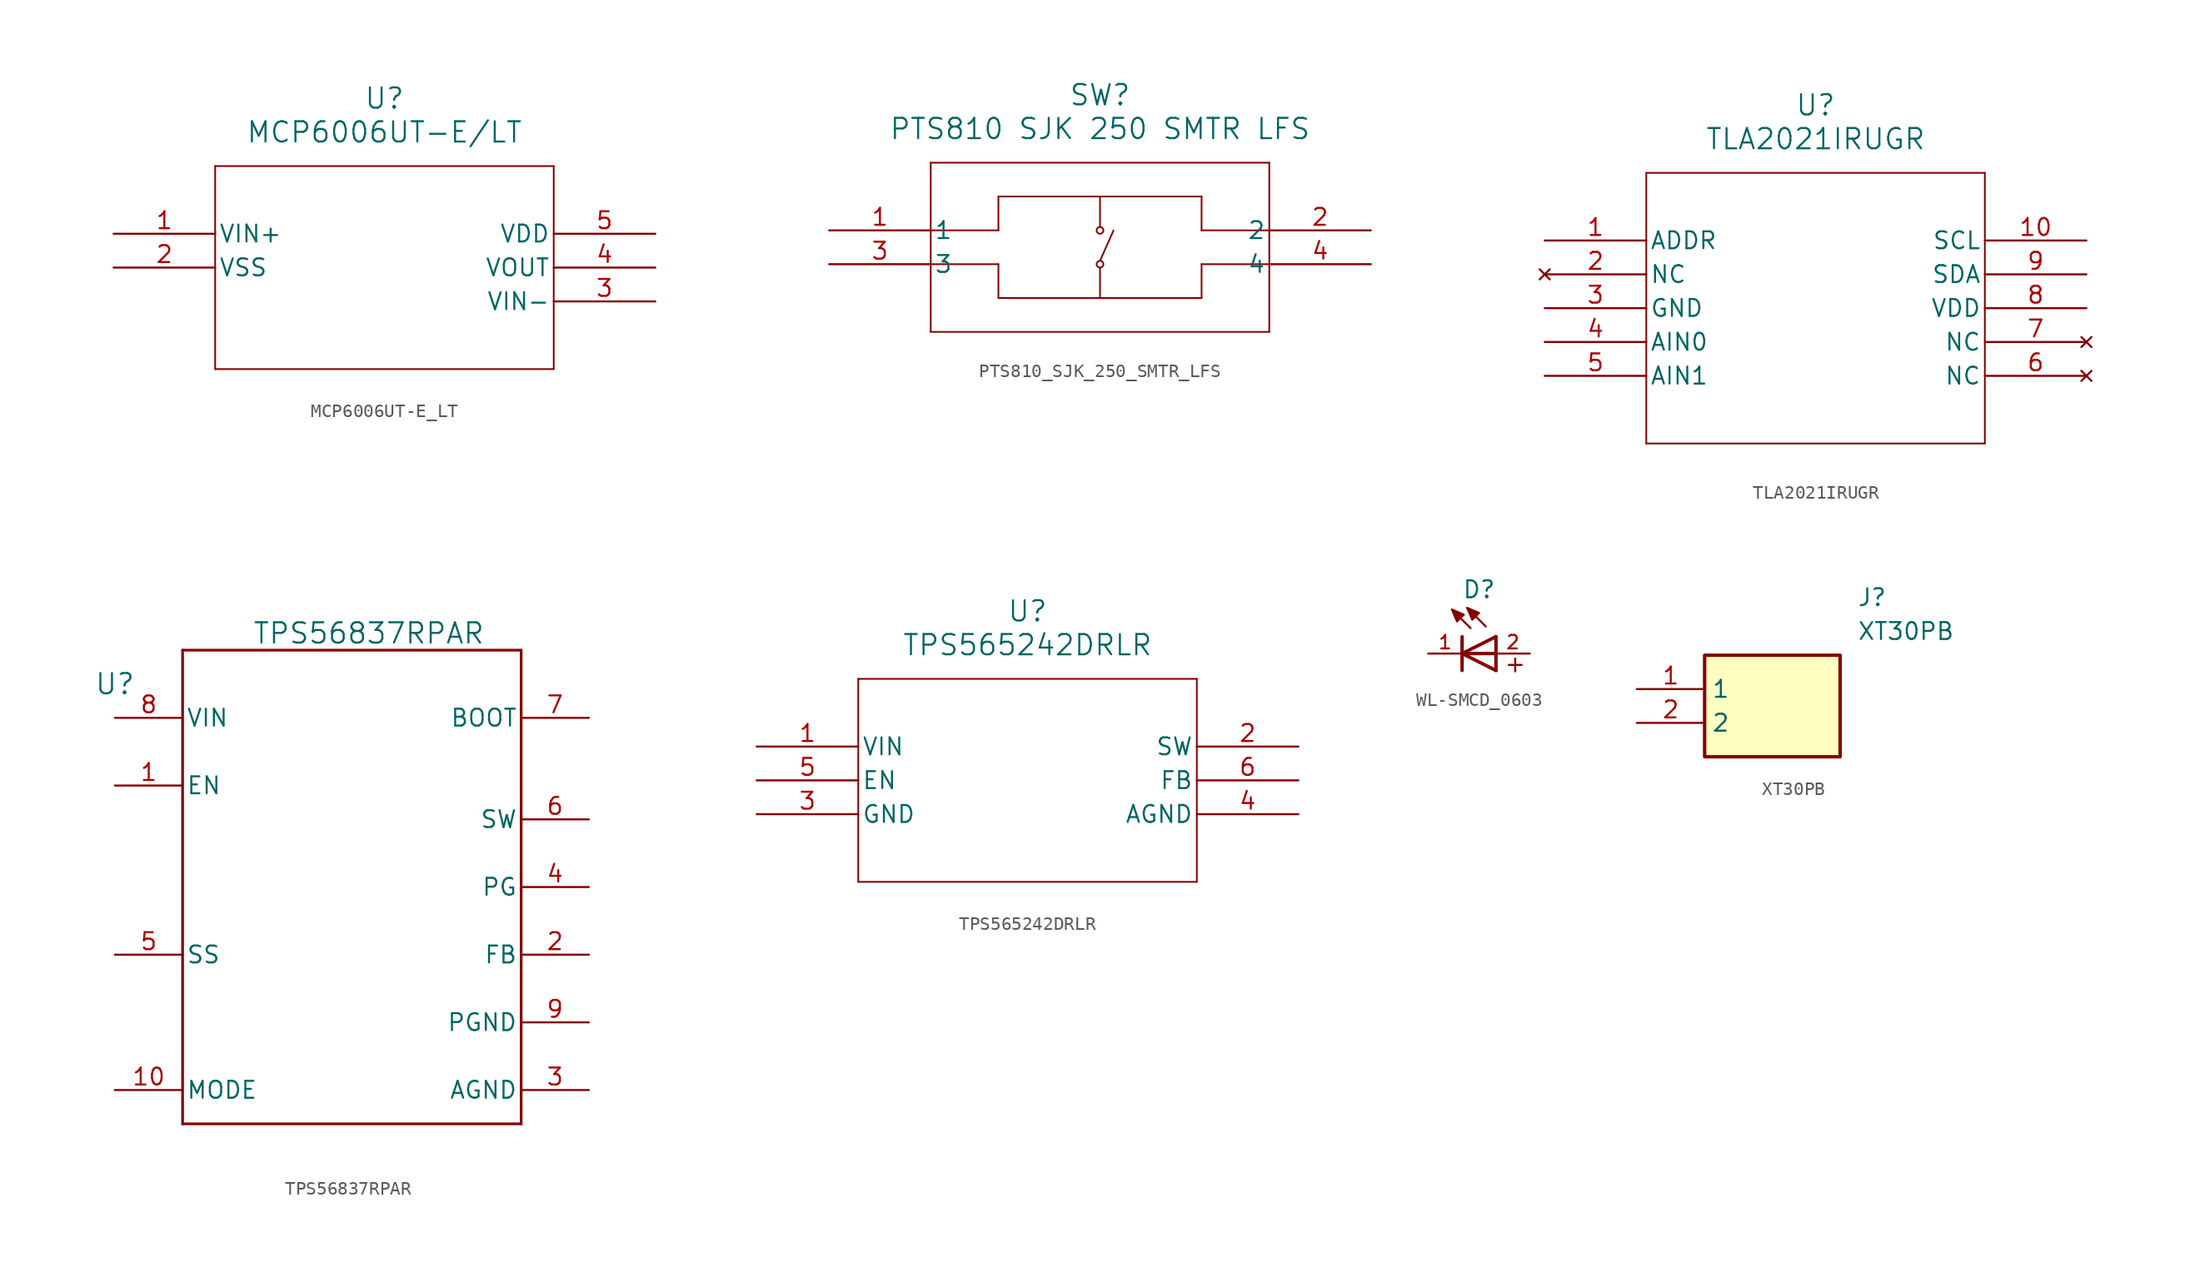
<source format=kicad_sym>
(kicad_symbol_lib
  (version 20220914)
  (generator kicad_symbol_editor)
  (symbol "MCP6006UT-E_LT"
    (pin_names
      (offset 0.254))
    (property "Reference" "U"
      (at 20.32 10.16 0)
      (effects (font (size 1.524 1.524))))
    (property "Value" "MCP6006UT-E/LT"
      (at 20.32 7.62 0)
      (effects (font (size 1.524 1.524))))
    (property "ki_locked" ""
      (at 0 0 0)
      (effects (font (size 1.27 1.27))))
    (symbol "MCP6006UT-E_LT_0_1"
      (polyline (pts (xy 7.62 -10.16) (xy 33.02 -10.16)) (stroke (width 0.127) (type default)) (fill (type none)))
      (polyline (pts (xy 7.62 5.08) (xy 7.62 -10.16)) (stroke (width 0.127) (type default)) (fill (type none)))
      (polyline (pts (xy 33.02 -10.16) (xy 33.02 5.08)) (stroke (width 0.127) (type default)) (fill (type none)))
      (polyline (pts (xy 33.02 5.08) (xy 7.62 5.08)) (stroke (width 0.127) (type default)) (fill (type none)))
      (pin input line (at 0 0 0) (length 7.62) (name "VIN+" (effects (font (size 1.27 1.27)))) (number "1" (effects (font (size 1.27 1.27)))))
      (pin power_out line (at 0 -2.54 0) (length 7.62) (name "VSS" (effects (font (size 1.27 1.27)))) (number "2" (effects (font (size 1.27 1.27)))))
      (pin input line (at 40.64 -5.08 180) (length 7.62) (name "VIN-" (effects (font (size 1.27 1.27)))) (number "3" (effects (font (size 1.27 1.27)))))
      (pin output line (at 40.64 -2.54 180) (length 7.62) (name "VOUT" (effects (font (size 1.27 1.27)))) (number "4" (effects (font (size 1.27 1.27)))))
      (pin power_in line (at 40.64 0 180) (length 7.62) (name "VDD" (effects (font (size 1.27 1.27)))) (number "5" (effects (font (size 1.27 1.27)))))))
  (symbol "PTS810_SJK_250_SMTR_LFS"
    (pin_names
      (offset 0.254))
    (property "Reference" "SW"
      (at 20.32 10.16 0)
      (effects (font (size 1.524 1.524))))
    (property "Value" "PTS810 SJK 250 SMTR LFS"
      (at 20.32 7.62 0)
      (effects (font (size 1.524 1.524))))
    (property "ki_locked" ""
      (at 0 0 0)
      (effects (font (size 1.27 1.27))))
    (symbol "PTS810_SJK_250_SMTR_LFS_0_1"
      (polyline (pts (xy 7.62 -7.62) (xy 33.02 -7.62)) (stroke (width 0.127) (type default)) (fill (type none)))
      (polyline (pts (xy 7.62 0) (xy 12.7 0)) (stroke (width 0.127) (type default)) (fill (type none)))
      (polyline (pts (xy 7.62 5.08) (xy 7.62 -7.62)) (stroke (width 0.127) (type default)) (fill (type none)))
      (polyline (pts (xy 12.7 -5.08) (xy 12.7 -2.54)) (stroke (width 0.127) (type default)) (fill (type none)))
      (polyline (pts (xy 12.7 -2.54) (xy 7.62 -2.54)) (stroke (width 0.127) (type default)) (fill (type none)))
      (polyline (pts (xy 12.7 0) (xy 12.7 2.54)) (stroke (width 0.127) (type default)) (fill (type none)))
      (polyline (pts (xy 12.7 2.54) (xy 27.94 2.54)) (stroke (width 0.127) (type default)) (fill (type none)))
      (polyline (pts (xy 20.32 -2.794) (xy 20.32 -5.08)) (stroke (width 0.127) (type default)) (fill (type none)))
      (polyline (pts (xy 20.32 2.54) (xy 20.32 0.254)) (stroke (width 0.127) (type default)) (fill (type none)))
      (polyline (pts (xy 21.336 0) (xy 20.32 -2.286)) (stroke (width 0.127) (type default)) (fill (type none)))
      (polyline (pts (xy 27.94 -5.08) (xy 12.7 -5.08)) (stroke (width 0.127) (type default)) (fill (type none)))
      (polyline (pts (xy 27.94 -2.54) (xy 27.94 -5.08)) (stroke (width 0.127) (type default)) (fill (type none)))
      (polyline (pts (xy 27.94 0) (xy 33.02 0)) (stroke (width 0.127) (type default)) (fill (type none)))
      (polyline (pts (xy 27.94 2.54) (xy 27.94 0)) (stroke (width 0.127) (type default)) (fill (type none)))
      (polyline (pts (xy 33.02 -7.62) (xy 33.02 5.08)) (stroke (width 0.127) (type default)) (fill (type none)))
      (polyline (pts (xy 33.02 -2.54) (xy 27.94 -2.54)) (stroke (width 0.127) (type default)) (fill (type none)))
      (polyline (pts (xy 33.02 5.08) (xy 7.62 5.08)) (stroke (width 0.127) (type default)) (fill (type none)))
      (circle (center 20.32 -2.54) (radius 0.254) (stroke (width 0.127) (type default)) (fill (type none)))
      (circle (center 20.32 0) (radius 0.254) (stroke (width 0.127) (type default)) (fill (type none)))
      (pin unspecified line (at 0 0 0) (length 7.62) (name "1" (effects (font (size 1.27 1.27)))) (number "1" (effects (font (size 1.27 1.27)))))
      (pin unspecified line (at 40.64 0 180) (length 7.62) (name "2" (effects (font (size 1.27 1.27)))) (number "2" (effects (font (size 1.27 1.27)))))
      (pin unspecified line (at 0 -2.54 0) (length 7.62) (name "3" (effects (font (size 1.27 1.27)))) (number "3" (effects (font (size 1.27 1.27)))))
      (pin unspecified line (at 40.64 -2.54 180) (length 7.62) (name "4" (effects (font (size 1.27 1.27)))) (number "4" (effects (font (size 1.27 1.27)))))))
  (symbol "TLA2021IRUGR"
    (pin_names
      (offset 0.254))
    (property "Reference" "U"
      (at 20.32 10.16 0)
      (effects (font (size 1.524 1.524))))
    (property "Value" "TLA2021IRUGR"
      (at 20.32 7.62 0)
      (effects (font (size 1.524 1.524))))
    (property "ki_locked" ""
      (at 0 0 0)
      (effects (font (size 1.27 1.27))))
    (symbol "TLA2021IRUGR_0_1"
      (polyline (pts (xy 7.62 -15.24) (xy 33.02 -15.24)) (stroke (width 0.127) (type default)) (fill (type none)))
      (polyline (pts (xy 7.62 5.08) (xy 7.62 -15.24)) (stroke (width 0.127) (type default)) (fill (type none)))
      (polyline (pts (xy 33.02 -15.24) (xy 33.02 5.08)) (stroke (width 0.127) (type default)) (fill (type none)))
      (polyline (pts (xy 33.02 5.08) (xy 7.62 5.08)) (stroke (width 0.127) (type default)) (fill (type none)))
      (pin unspecified line (at 0 0 0) (length 7.62) (name "ADDR" (effects (font (size 1.27 1.27)))) (number "1" (effects (font (size 1.27 1.27)))))
      (pin unspecified line (at 40.64 0 180) (length 7.62) (name "SCL" (effects (font (size 1.27 1.27)))) (number "10" (effects (font (size 1.27 1.27)))))
      (pin no_connect line (at 0 -2.54 0) (length 7.62) (name "NC" (effects (font (size 1.27 1.27)))) (number "2" (effects (font (size 1.27 1.27)))))
      (pin power_out line (at 0 -5.08 0) (length 7.62) (name "GND" (effects (font (size 1.27 1.27)))) (number "3" (effects (font (size 1.27 1.27)))))
      (pin bidirectional line (at 0 -7.62 0) (length 7.62) (name "AIN0" (effects (font (size 1.27 1.27)))) (number "4" (effects (font (size 1.27 1.27)))))
      (pin input line (at 0 -10.16 0) (length 7.62) (name "AIN1" (effects (font (size 1.27 1.27)))) (number "5" (effects (font (size 1.27 1.27)))))
      (pin no_connect line (at 40.64 -10.16 180) (length 7.62) (name "NC" (effects (font (size 1.27 1.27)))) (number "6" (effects (font (size 1.27 1.27)))))
      (pin no_connect line (at 40.64 -7.62 180) (length 7.62) (name "NC" (effects (font (size 1.27 1.27)))) (number "7" (effects (font (size 1.27 1.27)))))
      (pin power_in line (at 40.64 -5.08 180) (length 7.62) (name "VDD" (effects (font (size 1.27 1.27)))) (number "8" (effects (font (size 1.27 1.27)))))
      (pin unspecified line (at 40.64 -2.54 180) (length 7.62) (name "SDA" (effects (font (size 1.27 1.27)))) (number "9" (effects (font (size 1.27 1.27)))))))
  (symbol "TPS56837RPAR"
    (pin_names
      (offset 0.254))
    (property "Reference" "U"
      (at 0 2.54 0)
      (effects (font (size 1.524 1.524))))
    (property "Value" "TPS56837RPAR"
      (at 19.05 6.35 0)
      (effects (font (size 1.524 1.524))))
    (property "ki_locked" ""
      (at 0 0 0)
      (effects (font (size 1.27 1.27))))
    (symbol "TPS56837RPAR_0_1"
      (polyline (pts (xy 5.08 -30.48) (xy 30.48 -30.48)) (stroke (width 0.203) (type default)) (fill (type none)))
      (polyline (pts (xy 5.08 5.08) (xy 5.08 -30.48)) (stroke (width 0.203) (type default)) (fill (type none)))
      (polyline (pts (xy 30.48 -30.48) (xy 30.48 5.08)) (stroke (width 0.203) (type default)) (fill (type none)))
      (polyline (pts (xy 30.48 5.08) (xy 5.08 5.08)) (stroke (width 0.203) (type default)) (fill (type none)))
      (pin unspecified line (at 0 -5.08 0) (length 5.08) (name "EN" (effects (font (size 1.27 1.27)))) (number "1" (effects (font (size 1.27 1.27)))))
      (pin unspecified line (at 0 -27.94 0) (length 5.08) (name "MODE" (effects (font (size 1.27 1.27)))) (number "10" (effects (font (size 1.27 1.27)))))
      (pin unspecified line (at 35.56 -17.78 180) (length 5.08) (name "FB" (effects (font (size 1.27 1.27)))) (number "2" (effects (font (size 1.27 1.27)))))
      (pin power_in line (at 35.56 -27.94 180) (length 5.08) (name "AGND" (effects (font (size 1.27 1.27)))) (number "3" (effects (font (size 1.27 1.27)))))
      (pin open_collector line (at 35.56 -12.7 180) (length 5.08) (name "PG" (effects (font (size 1.27 1.27)))) (number "4" (effects (font (size 1.27 1.27)))))
      (pin unspecified line (at 0 -17.78 0) (length 5.08) (name "SS" (effects (font (size 1.27 1.27)))) (number "5" (effects (font (size 1.27 1.27)))))
      (pin unspecified line (at 35.56 -7.62 180) (length 5.08) (name "SW" (effects (font (size 1.27 1.27)))) (number "6" (effects (font (size 1.27 1.27)))))
      (pin unspecified line (at 35.56 0 180) (length 5.08) (name "BOOT" (effects (font (size 1.27 1.27)))) (number "7" (effects (font (size 1.27 1.27)))))
      (pin power_in line (at 0 0 0) (length 5.08) (name "VIN" (effects (font (size 1.27 1.27)))) (number "8" (effects (font (size 1.27 1.27)))))
      (pin power_in line (at 35.56 -22.86 180) (length 5.08) (name "PGND" (effects (font (size 1.27 1.27)))) (number "9" (effects (font (size 1.27 1.27)))))))
  (symbol "TPS565242DRLR"
    (pin_names
      (offset 0.254))
    (property "Reference" "U"
      (at 20.32 10.16 0)
      (effects (font (size 1.524 1.524))))
    (property "Value" "TPS565242DRLR"
      (at 20.32 7.62 0)
      (effects (font (size 1.524 1.524))))
    (property "ki_locked" ""
      (at 0 0 0)
      (effects (font (size 1.27 1.27))))
    (symbol "TPS565242DRLR_0_1"
      (polyline (pts (xy 7.62 -10.16) (xy 33.02 -10.16)) (stroke (width 0.127) (type default)) (fill (type none)))
      (polyline (pts (xy 7.62 5.08) (xy 7.62 -10.16)) (stroke (width 0.127) (type default)) (fill (type none)))
      (polyline (pts (xy 33.02 -10.16) (xy 33.02 5.08)) (stroke (width 0.127) (type default)) (fill (type none)))
      (polyline (pts (xy 33.02 5.08) (xy 7.62 5.08)) (stroke (width 0.127) (type default)) (fill (type none)))
      (pin input line (at 0 0 0) (length 7.62) (name "VIN" (effects (font (size 1.27 1.27)))) (number "1" (effects (font (size 1.27 1.27)))))
      (pin output line (at 40.64 0 180) (length 7.62) (name "SW" (effects (font (size 1.27 1.27)))) (number "2" (effects (font (size 1.27 1.27)))))
      (pin power_out line (at 0 -5.08 0) (length 7.62) (name "GND" (effects (font (size 1.27 1.27)))) (number "3" (effects (font (size 1.27 1.27)))))
      (pin power_out line (at 40.64 -5.08 180) (length 7.62) (name "AGND" (effects (font (size 1.27 1.27)))) (number "4" (effects (font (size 1.27 1.27)))))
      (pin input line (at 0 -2.54 0) (length 7.62) (name "EN" (effects (font (size 1.27 1.27)))) (number "5" (effects (font (size 1.27 1.27)))))
      (pin input line (at 40.64 -2.54 180) (length 7.62) (name "FB" (effects (font (size 1.27 1.27)))) (number "6" (effects (font (size 1.27 1.27)))))))
  (symbol "WL-SMCD_0603"
    (pin_names
      (offset 1.016))
    (property "Reference" "D"
      (at 1.27 4.064 0)
      (effects (font (size 1.27 1.27)) (justify bottom)))
    (symbol "WL-SMCD_0603_0_0"
      (polyline (pts (xy 0 -1.27) (xy 0 0)) (stroke (width 0.254) (type default)) (fill (type none)))
      (polyline (pts (xy 0 0) (xy 0 1.27)) (stroke (width 0.254) (type default)) (fill (type none)))
      (polyline (pts (xy 0 0) (xy 2.54 0)) (stroke (width 0.254) (type default)) (fill (type none)))
      (polyline (pts (xy 0 0) (xy 2.54 1.27)) (stroke (width 0.254) (type default)) (fill (type none)))
      (polyline (pts (xy 0.635 1.905) (xy -0.762 3.302)) (stroke (width 0.152) (type default)) (fill (type none)))
      (polyline (pts (xy 1.778 2.032) (xy 0.381 3.429)) (stroke (width 0.152) (type default)) (fill (type none)))
      (polyline (pts (xy 2.54 -1.27) (xy 0 0)) (stroke (width 0.254) (type default)) (fill (type none)))
      (polyline (pts (xy 2.54 -1.27) (xy 2.54 0)) (stroke (width 0.254) (type default)) (fill (type none)))
      (polyline (pts (xy 2.54 0) (xy 2.54 1.27)) (stroke (width 0.254) (type default)) (fill (type none)))
      (polyline (pts (xy -0.762 3.302) (xy 0.127 2.921) (xy -0.381 2.413) (xy -0.762 3.302)) (stroke (width 0.152) (type default)) (fill (type outline)))
      (polyline (pts (xy 0.381 3.429) (xy 1.27 3.048) (xy 0.762 2.54) (xy 0.381 3.429)) (stroke (width 0.152) (type default)) (fill (type outline)))
      (text "+" (at 3.1 -1.5 0) (effects (font (size 1.27 1.27)) (justify left bottom)))
      (pin passive line (at -2.54 0 0) (length 2.54) (name "~" (effects (font (size 1.016 1.016)))) (number "1" (effects (font (size 1.016 1.016)))))
      (pin passive line (at 5.08 0 180) (length 2.54) (name "~" (effects (font (size 1.016 1.016)))) (number "2" (effects (font (size 1.016 1.016)))))))
  (symbol "XT30PB"
    (property "Reference" "J"
      (at 16.51 7.62 0)
      (effects (font (size 1.27 1.27)) (justify left top)))
    (property "Value" "XT30PB"
      (at 16.51 5.08 0)
      (effects (font (size 1.27 1.27)) (justify left top)))
    (symbol "XT30PB_1_1"
      (rectangle (start 5.08 2.54) (end 15.24 -5.08) (stroke (width 0.254) (type default)) (fill (type background)))
      (pin passive line (at 0 0 0) (length 5.08) (name "1" (effects (font (size 1.27 1.27)))) (number "1" (effects (font (size 1.27 1.27)))))
      (pin passive line (at 0 -2.54 0) (length 5.08) (name "2" (effects (font (size 1.27 1.27)))) (number "2" (effects (font (size 1.27 1.27))))))))
</source>
